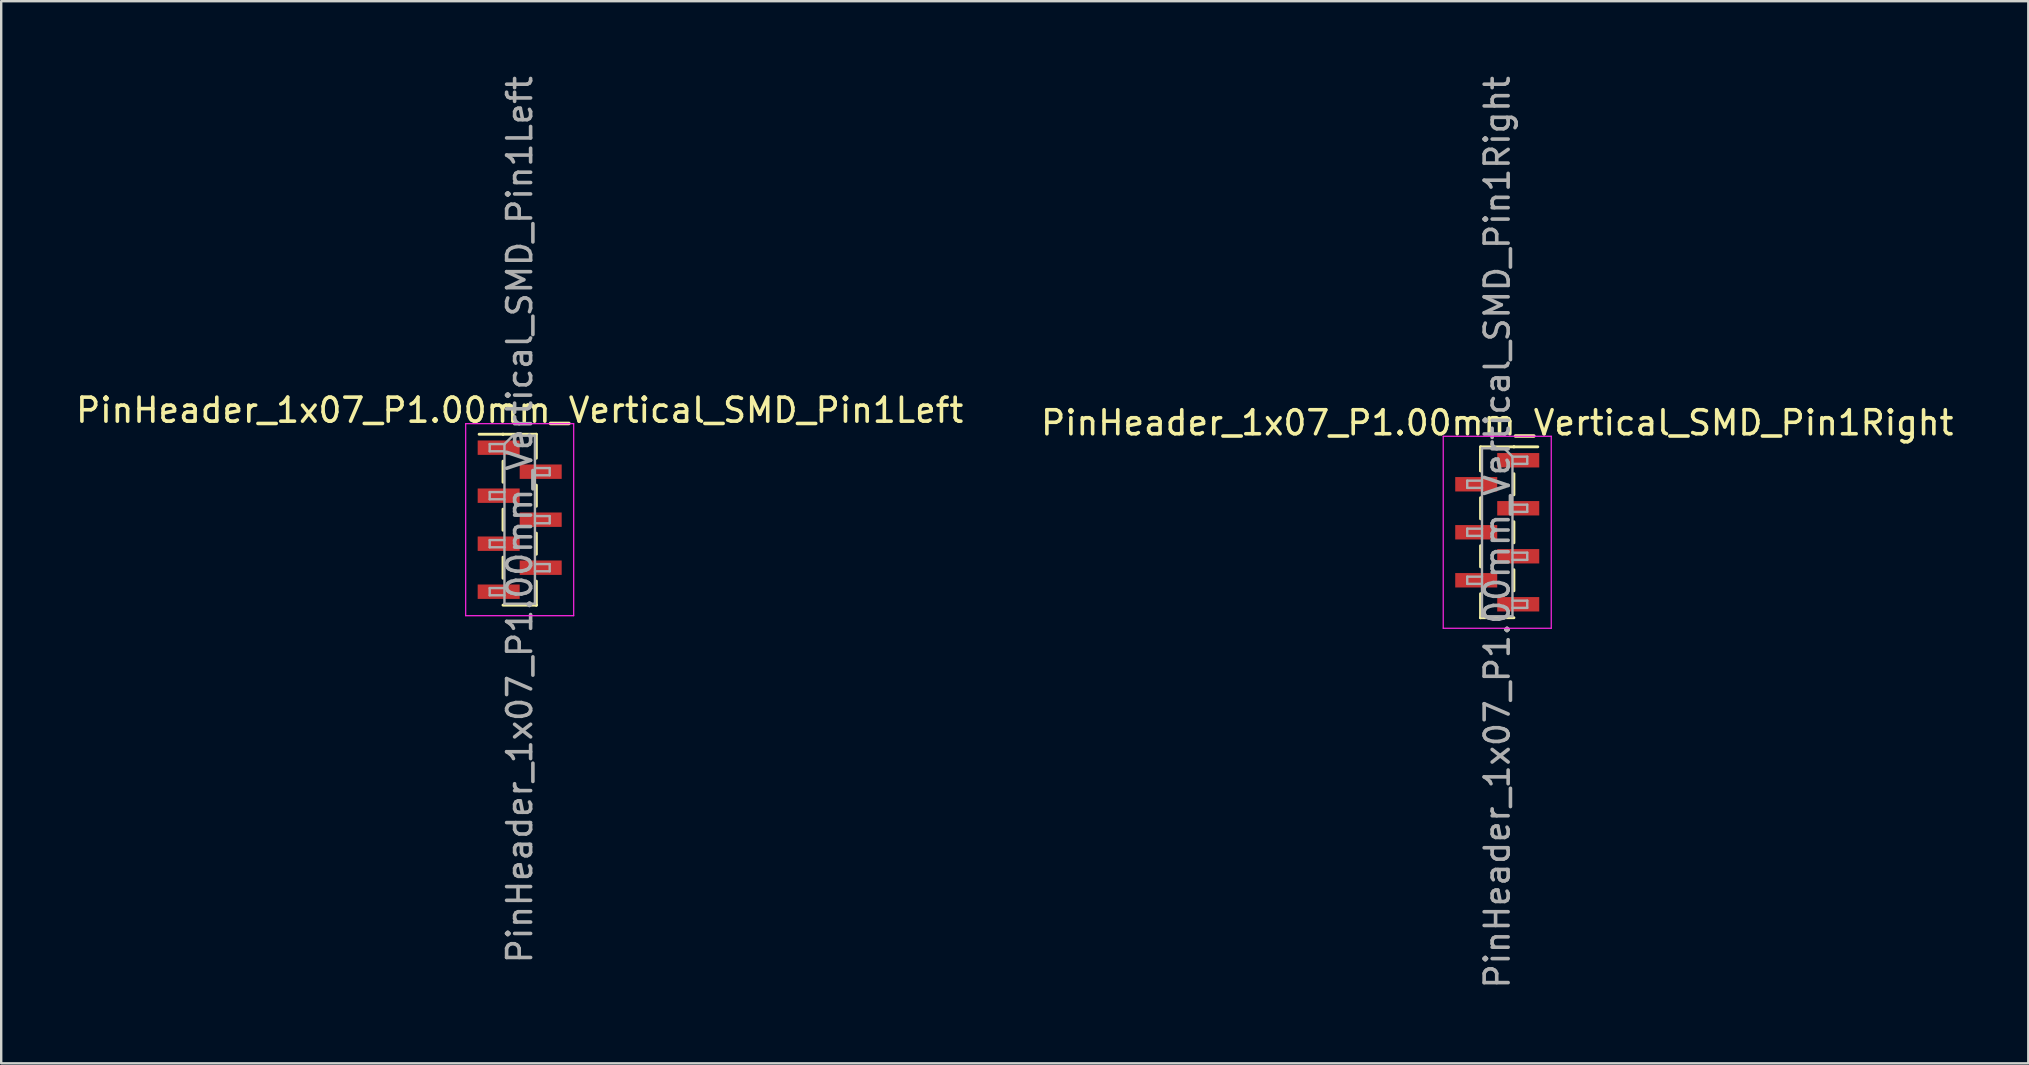
<source format=kicad_pcb>
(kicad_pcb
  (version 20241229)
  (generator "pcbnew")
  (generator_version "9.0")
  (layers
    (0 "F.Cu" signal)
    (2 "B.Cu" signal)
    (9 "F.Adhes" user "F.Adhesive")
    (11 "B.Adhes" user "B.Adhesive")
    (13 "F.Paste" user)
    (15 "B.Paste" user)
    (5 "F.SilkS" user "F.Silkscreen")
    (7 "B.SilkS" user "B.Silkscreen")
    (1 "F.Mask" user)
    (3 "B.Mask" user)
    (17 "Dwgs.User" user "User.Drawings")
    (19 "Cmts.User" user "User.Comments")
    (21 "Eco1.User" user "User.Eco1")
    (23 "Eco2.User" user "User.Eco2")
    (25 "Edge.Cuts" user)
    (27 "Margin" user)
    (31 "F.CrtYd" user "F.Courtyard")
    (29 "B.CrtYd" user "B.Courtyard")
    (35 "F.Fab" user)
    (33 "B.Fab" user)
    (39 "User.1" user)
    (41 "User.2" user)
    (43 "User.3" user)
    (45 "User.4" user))
  (footprint "PinHeader_1x07_P1.00mm_Vertical_SMD_Pin1Right"
    (layer "F.Cu")
    (at 59.327 19.125)
    (property "Reference" "PinHeader_1x07_P1.00mm_Vertical_SMD_Pin1Right" (at 0 -4.56 0) (layer "F.SilkS") (effects (font (size 1 1) (thickness 0.15))))
    (attr smd)
    (fp_line (start -0.695 -3.56) (end -0.695 -2.56) (stroke (width 0.12) (type solid)) (layer "F.SilkS"))
    (fp_line (start -0.695 -3.56) (end 0.695 -3.56) (stroke (width 0.12) (type solid)) (layer "F.SilkS"))
    (fp_line (start -0.695 -3.44) (end -0.695 -2.56) (stroke (width 0.12) (type solid)) (layer "F.SilkS"))
    (fp_line (start -0.695 -1.44) (end -0.695 -0.56) (stroke (width 0.12) (type solid)) (layer "F.SilkS"))
    (fp_line (start -0.695 0.56) (end -0.695 1.44) (stroke (width 0.12) (type solid)) (layer "F.SilkS"))
    (fp_line (start -0.695 2.56) (end -0.695 3.56) (stroke (width 0.12) (type solid)) (layer "F.SilkS"))
    (fp_line (start -0.695 3.56) (end -0.695 3.56) (stroke (width 0.12) (type solid)) (layer "F.SilkS"))
    (fp_line (start -0.695 3.56) (end 0.695 3.56) (stroke (width 0.12) (type solid)) (layer "F.SilkS"))
    (fp_line (start 0.695 -3.56) (end 0.695 -3.56) (stroke (width 0.12) (type solid)) (layer "F.SilkS"))
    (fp_line (start 0.695 -3.56) (end 1.69 -3.56) (stroke (width 0.12) (type solid)) (layer "F.SilkS"))
    (fp_line (start 0.695 -2.44) (end 0.695 -1.56) (stroke (width 0.12) (type solid)) (layer "F.SilkS"))
    (fp_line (start 0.695 -0.44) (end 0.695 0.44) (stroke (width 0.12) (type solid)) (layer "F.SilkS"))
    (fp_line (start 0.695 1.56) (end 0.695 2.44) (stroke (width 0.12) (type solid)) (layer "F.SilkS"))
    (fp_line (start -2.25 -4) (end -2.25 4) (stroke (width 0.05) (type solid)) (layer "F.CrtYd"))
    (fp_line (start -2.25 4) (end 2.25 4) (stroke (width 0.05) (type solid)) (layer "F.CrtYd"))
    (fp_line (start 2.25 -4) (end -2.25 -4) (stroke (width 0.05) (type solid)) (layer "F.CrtYd"))
    (fp_line (start 2.25 4) (end 2.25 -4) (stroke (width 0.05) (type solid)) (layer "F.CrtYd"))
    (fp_line (start -1.25 -2.15) (end -1.25 -1.85) (stroke (width 0.1) (type solid)) (layer "F.Fab"))
    (fp_line (start -1.25 -1.85) (end -0.635 -1.85) (stroke (width 0.1) (type solid)) (layer "F.Fab"))
    (fp_line (start -1.25 -0.15) (end -1.25 0.15) (stroke (width 0.1) (type solid)) (layer "F.Fab"))
    (fp_line (start -1.25 0.15) (end -0.635 0.15) (stroke (width 0.1) (type solid)) (layer "F.Fab"))
    (fp_line (start -1.25 1.85) (end -1.25 2.15) (stroke (width 0.1) (type solid)) (layer "F.Fab"))
    (fp_line (start -1.25 2.15) (end -0.635 2.15) (stroke (width 0.1) (type solid)) (layer "F.Fab"))
    (fp_line (start -0.635 -3.5) (end -0.635 3.5) (stroke (width 0.1) (type solid)) (layer "F.Fab"))
    (fp_line (start -0.635 -3.5) (end 0.285 -3.5) (stroke (width 0.1) (type solid)) (layer "F.Fab"))
    (fp_line (start -0.635 -2.15) (end -1.25 -2.15) (stroke (width 0.1) (type solid)) (layer "F.Fab"))
    (fp_line (start -0.635 -0.15) (end -1.25 -0.15) (stroke (width 0.1) (type solid)) (layer "F.Fab"))
    (fp_line (start -0.635 1.85) (end -1.25 1.85) (stroke (width 0.1) (type solid)) (layer "F.Fab"))
    (fp_line (start 0.635 -3.15) (end 0.285 -3.5) (stroke (width 0.1) (type solid)) (layer "F.Fab"))
    (fp_line (start 0.635 -3.15) (end 1.25 -3.15) (stroke (width 0.1) (type solid)) (layer "F.Fab"))
    (fp_line (start 0.635 -1.15) (end 1.25 -1.15) (stroke (width 0.1) (type solid)) (layer "F.Fab"))
    (fp_line (start 0.635 0.85) (end 1.25 0.85) (stroke (width 0.1) (type solid)) (layer "F.Fab"))
    (fp_line (start 0.635 2.85) (end 1.25 2.85) (stroke (width 0.1) (type solid)) (layer "F.Fab"))
    (fp_line (start 0.635 3.5) (end -0.635 3.5) (stroke (width 0.1) (type solid)) (layer "F.Fab"))
    (fp_line (start 0.635 3.5) (end 0.635 -3.15) (stroke (width 0.1) (type solid)) (layer "F.Fab"))
    (fp_line (start 1.25 -3.15) (end 1.25 -2.85) (stroke (width 0.1) (type solid)) (layer "F.Fab"))
    (fp_line (start 1.25 -2.85) (end 0.635 -2.85) (stroke (width 0.1) (type solid)) (layer "F.Fab"))
    (fp_line (start 1.25 -1.15) (end 1.25 -0.85) (stroke (width 0.1) (type solid)) (layer "F.Fab"))
    (fp_line (start 1.25 -0.85) (end 0.635 -0.85) (stroke (width 0.1) (type solid)) (layer "F.Fab"))
    (fp_line (start 1.25 0.85) (end 1.25 1.15) (stroke (width 0.1) (type solid)) (layer "F.Fab"))
    (fp_line (start 1.25 1.15) (end 0.635 1.15) (stroke (width 0.1) (type solid)) (layer "F.Fab"))
    (fp_line (start 1.25 2.85) (end 1.25 3.15) (stroke (width 0.1) (type solid)) (layer "F.Fab"))
    (fp_line (start 1.25 3.15) (end 0.635 3.15) (stroke (width 0.1) (type solid)) (layer "F.Fab"))
    (fp_text user "${REFERENCE}" (at 0 0 90) (layer "F.Fab") (effects (font (size 1 1) (thickness 0.15))))
    (pad "1" smd rect (at 0.875 -3) (size 1.75 0.6) (layers "F.Cu" "F.Mask" "F.Paste"))
    (pad "2" smd rect (at -0.875 -2) (size 1.75 0.6) (layers "F.Cu" "F.Mask" "F.Paste"))
    (pad "3" smd rect (at 0.875 -1) (size 1.75 0.6) (layers "F.Cu" "F.Mask" "F.Paste"))
    (pad "4" smd rect (at -0.875 0) (size 1.75 0.6) (layers "F.Cu" "F.Mask" "F.Paste"))
    (pad "5" smd rect (at 0.875 1) (size 1.75 0.6) (layers "F.Cu" "F.Mask" "F.Paste"))
    (pad "6" smd rect (at -0.875 2) (size 1.75 0.6) (layers "F.Cu" "F.Mask" "F.Paste"))
    (pad "7" smd rect (at 0.875 3) (size 1.75 0.6) (layers "F.Cu" "F.Mask" "F.Paste")))
  (footprint "PinHeader_1x07_P1.00mm_Vertical_SMD_Pin1Left"
    (layer "F.Cu")
    (at 18.601 18.601)
    (property "Reference" "PinHeader_1x07_P1.00mm_Vertical_SMD_Pin1Left" (at 0 -4.56 0) (layer "F.SilkS") (effects (font (size 1 1) (thickness 0.15))))
    (attr smd)
    (fp_line (start -0.695 -3.56) (end -1.69 -3.56) (stroke (width 0.12) (type solid)) (layer "F.SilkS"))
    (fp_line (start -0.695 -3.56) (end -0.695 -3.56) (stroke (width 0.12) (type solid)) (layer "F.SilkS"))
    (fp_line (start -0.695 -3.56) (end 0.695 -3.56) (stroke (width 0.12) (type solid)) (layer "F.SilkS"))
    (fp_line (start -0.695 -2.44) (end -0.695 -1.56) (stroke (width 0.12) (type solid)) (layer "F.SilkS"))
    (fp_line (start -0.695 -0.44) (end -0.695 0.44) (stroke (width 0.12) (type solid)) (layer "F.SilkS"))
    (fp_line (start -0.695 1.56) (end -0.695 2.44) (stroke (width 0.12) (type solid)) (layer "F.SilkS"))
    (fp_line (start -0.695 3.56) (end 0.695 3.56) (stroke (width 0.12) (type solid)) (layer "F.SilkS"))
    (fp_line (start 0.695 -3.56) (end 0.695 -2.56) (stroke (width 0.12) (type solid)) (layer "F.SilkS"))
    (fp_line (start 0.695 -1.44) (end 0.695 -0.56) (stroke (width 0.12) (type solid)) (layer "F.SilkS"))
    (fp_line (start 0.695 0.56) (end 0.695 1.44) (stroke (width 0.12) (type solid)) (layer "F.SilkS"))
    (fp_line (start 0.695 2.56) (end 0.695 3.56) (stroke (width 0.12) (type solid)) (layer "F.SilkS"))
    (fp_line (start 0.695 3.56) (end 0.695 3.56) (stroke (width 0.12) (type solid)) (layer "F.SilkS"))
    (fp_line (start -2.25 -4) (end -2.25 4) (stroke (width 0.05) (type solid)) (layer "F.CrtYd"))
    (fp_line (start -2.25 4) (end 2.25 4) (stroke (width 0.05) (type solid)) (layer "F.CrtYd"))
    (fp_line (start 2.25 -4) (end -2.25 -4) (stroke (width 0.05) (type solid)) (layer "F.CrtYd"))
    (fp_line (start 2.25 4) (end 2.25 -4) (stroke (width 0.05) (type solid)) (layer "F.CrtYd"))
    (fp_line (start -1.25 -3.15) (end -1.25 -2.85) (stroke (width 0.1) (type solid)) (layer "F.Fab"))
    (fp_line (start -1.25 -2.85) (end -0.635 -2.85) (stroke (width 0.1) (type solid)) (layer "F.Fab"))
    (fp_line (start -1.25 -1.15) (end -1.25 -0.85) (stroke (width 0.1) (type solid)) (layer "F.Fab"))
    (fp_line (start -1.25 -0.85) (end -0.635 -0.85) (stroke (width 0.1) (type solid)) (layer "F.Fab"))
    (fp_line (start -1.25 0.85) (end -1.25 1.15) (stroke (width 0.1) (type solid)) (layer "F.Fab"))
    (fp_line (start -1.25 1.15) (end -0.635 1.15) (stroke (width 0.1) (type solid)) (layer "F.Fab"))
    (fp_line (start -1.25 2.85) (end -1.25 3.15) (stroke (width 0.1) (type solid)) (layer "F.Fab"))
    (fp_line (start -1.25 3.15) (end -0.635 3.15) (stroke (width 0.1) (type solid)) (layer "F.Fab"))
    (fp_line (start -0.635 -3.15) (end -1.25 -3.15) (stroke (width 0.1) (type solid)) (layer "F.Fab"))
    (fp_line (start -0.635 -3.15) (end -0.285 -3.5) (stroke (width 0.1) (type solid)) (layer "F.Fab"))
    (fp_line (start -0.635 -1.15) (end -1.25 -1.15) (stroke (width 0.1) (type solid)) (layer "F.Fab"))
    (fp_line (start -0.635 0.85) (end -1.25 0.85) (stroke (width 0.1) (type solid)) (layer "F.Fab"))
    (fp_line (start -0.635 2.85) (end -1.25 2.85) (stroke (width 0.1) (type solid)) (layer "F.Fab"))
    (fp_line (start -0.635 3.5) (end -0.635 -3.15) (stroke (width 0.1) (type solid)) (layer "F.Fab"))
    (fp_line (start -0.285 -3.5) (end 0.635 -3.5) (stroke (width 0.1) (type solid)) (layer "F.Fab"))
    (fp_line (start 0.635 -3.5) (end 0.635 3.5) (stroke (width 0.1) (type solid)) (layer "F.Fab"))
    (fp_line (start 0.635 -2.15) (end 1.25 -2.15) (stroke (width 0.1) (type solid)) (layer "F.Fab"))
    (fp_line (start 0.635 -0.15) (end 1.25 -0.15) (stroke (width 0.1) (type solid)) (layer "F.Fab"))
    (fp_line (start 0.635 1.85) (end 1.25 1.85) (stroke (width 0.1) (type solid)) (layer "F.Fab"))
    (fp_line (start 0.635 3.5) (end -0.635 3.5) (stroke (width 0.1) (type solid)) (layer "F.Fab"))
    (fp_line (start 1.25 -2.15) (end 1.25 -1.85) (stroke (width 0.1) (type solid)) (layer "F.Fab"))
    (fp_line (start 1.25 -1.85) (end 0.635 -1.85) (stroke (width 0.1) (type solid)) (layer "F.Fab"))
    (fp_line (start 1.25 -0.15) (end 1.25 0.15) (stroke (width 0.1) (type solid)) (layer "F.Fab"))
    (fp_line (start 1.25 0.15) (end 0.635 0.15) (stroke (width 0.1) (type solid)) (layer "F.Fab"))
    (fp_line (start 1.25 1.85) (end 1.25 2.15) (stroke (width 0.1) (type solid)) (layer "F.Fab"))
    (fp_line (start 1.25 2.15) (end 0.635 2.15) (stroke (width 0.1) (type solid)) (layer "F.Fab"))
    (fp_text user "${REFERENCE}" (at 0 0 90) (layer "F.Fab") (effects (font (size 1 1) (thickness 0.15))))
    (pad "1" smd rect (at -0.875 -3) (size 1.75 0.6) (layers "F.Cu" "F.Mask" "F.Paste"))
    (pad "2" smd rect (at 0.875 -2) (size 1.75 0.6) (layers "F.Cu" "F.Mask" "F.Paste"))
    (pad "3" smd rect (at -0.875 -1) (size 1.75 0.6) (layers "F.Cu" "F.Mask" "F.Paste"))
    (pad "4" smd rect (at 0.875 0) (size 1.75 0.6) (layers "F.Cu" "F.Mask" "F.Paste"))
    (pad "5" smd rect (at -0.875 1) (size 1.75 0.6) (layers "F.Cu" "F.Mask" "F.Paste"))
    (pad "6" smd rect (at 0.875 2) (size 1.75 0.6) (layers "F.Cu" "F.Mask" "F.Paste"))
    (pad "7" smd rect (at -0.875 3) (size 1.75 0.6) (layers "F.Cu" "F.Mask" "F.Paste")))
  (gr_rect
    (start -3 -3)
    (end 81.452 41.25)
    (stroke (width 0.1) (type default))
    (fill no)
    (layer "Edge.Cuts")))
</source>
